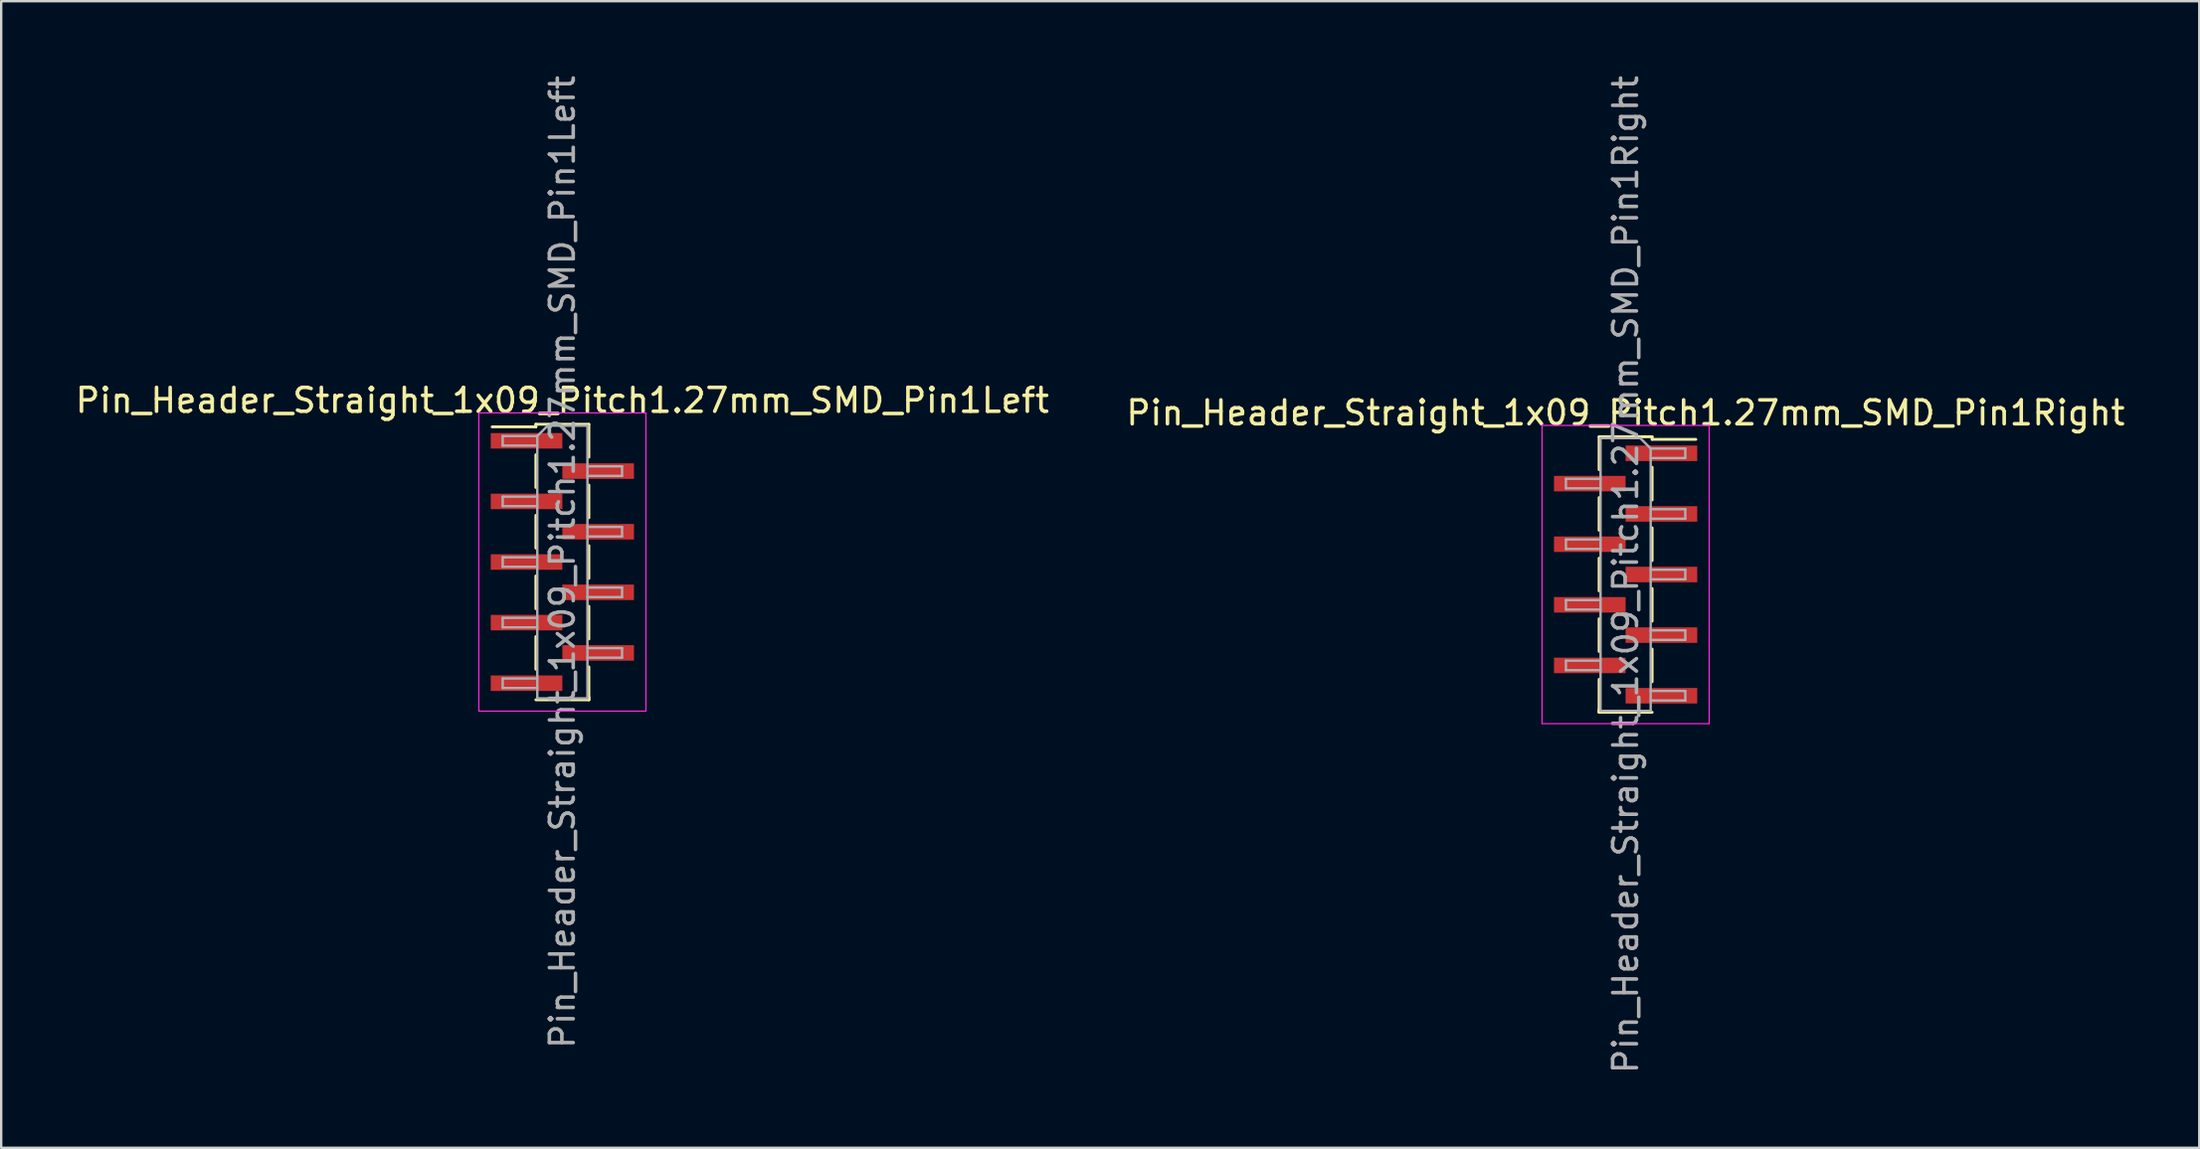
<source format=kicad_pcb>
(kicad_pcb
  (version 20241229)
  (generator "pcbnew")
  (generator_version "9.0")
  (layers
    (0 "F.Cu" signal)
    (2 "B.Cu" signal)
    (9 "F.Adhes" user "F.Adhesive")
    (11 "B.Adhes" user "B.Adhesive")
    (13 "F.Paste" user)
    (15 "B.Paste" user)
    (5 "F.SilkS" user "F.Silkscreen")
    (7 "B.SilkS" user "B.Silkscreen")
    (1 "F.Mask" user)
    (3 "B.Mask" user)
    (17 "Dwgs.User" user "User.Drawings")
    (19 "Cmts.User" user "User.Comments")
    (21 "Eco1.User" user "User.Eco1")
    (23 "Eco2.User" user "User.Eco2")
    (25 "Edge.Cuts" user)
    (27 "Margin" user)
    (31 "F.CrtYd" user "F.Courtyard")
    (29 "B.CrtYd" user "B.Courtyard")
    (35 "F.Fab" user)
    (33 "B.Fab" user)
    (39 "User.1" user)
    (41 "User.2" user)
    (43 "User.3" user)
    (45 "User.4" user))
  (footprint "Pin_Header_Straight_1x09_Pitch1.27mm_SMD_Pin1Right"
    (layer "F.Cu")
    (at 65.042 21.03)
    (property "Reference" "Pin_Header_Straight_1x09_Pitch1.27mm_SMD_Pin1Right" (at 0 -6.775 0) (layer "F.SilkS") (effects (font (size 1 1) (thickness 0.15))))
    (attr smd)
    (fp_line (start -1.11 -5.775) (end 1.11 -5.775) (stroke (width 0.12) (type solid)) (layer "F.SilkS"))
    (fp_line (start -1.11 -5.765) (end -1.11 -4.395) (stroke (width 0.12) (type solid)) (layer "F.SilkS"))
    (fp_line (start -1.11 -3.225) (end -1.11 -1.855) (stroke (width 0.12) (type solid)) (layer "F.SilkS"))
    (fp_line (start -1.11 -0.685) (end -1.11 0.685) (stroke (width 0.12) (type solid)) (layer "F.SilkS"))
    (fp_line (start -1.11 1.855) (end -1.11 3.225) (stroke (width 0.12) (type solid)) (layer "F.SilkS"))
    (fp_line (start -1.11 4.395) (end -1.11 5.765) (stroke (width 0.12) (type solid)) (layer "F.SilkS"))
    (fp_line (start -1.11 5.665) (end -1.11 5.775) (stroke (width 0.12) (type solid)) (layer "F.SilkS"))
    (fp_line (start -1.11 5.775) (end 1.11 5.775) (stroke (width 0.12) (type solid)) (layer "F.SilkS"))
    (fp_line (start 1.11 -5.775) (end 1.11 -5.665) (stroke (width 0.12) (type solid)) (layer "F.SilkS"))
    (fp_line (start 1.11 -5.665) (end 2.94 -5.665) (stroke (width 0.12) (type solid)) (layer "F.SilkS"))
    (fp_line (start 1.11 -4.495) (end 1.11 -3.125) (stroke (width 0.12) (type solid)) (layer "F.SilkS"))
    (fp_line (start 1.11 -1.955) (end 1.11 -0.585) (stroke (width 0.12) (type solid)) (layer "F.SilkS"))
    (fp_line (start 1.11 0.585) (end 1.11 1.955) (stroke (width 0.12) (type solid)) (layer "F.SilkS"))
    (fp_line (start 1.11 3.125) (end 1.11 4.495) (stroke (width 0.12) (type solid)) (layer "F.SilkS"))
    (fp_line (start -3.5 -6.25) (end -3.5 6.25) (stroke (width 0.05) (type solid)) (layer "F.CrtYd"))
    (fp_line (start -3.5 6.25) (end 3.5 6.25) (stroke (width 0.05) (type solid)) (layer "F.CrtYd"))
    (fp_line (start 3.5 -6.25) (end -3.5 -6.25) (stroke (width 0.05) (type solid)) (layer "F.CrtYd"))
    (fp_line (start 3.5 6.25) (end 3.5 -6.25) (stroke (width 0.05) (type solid)) (layer "F.CrtYd"))
    (fp_line (start -2.5 -4.01) (end -2.5 -3.61) (stroke (width 0.1) (type solid)) (layer "F.Fab"))
    (fp_line (start -2.5 -3.61) (end -1.05 -3.61) (stroke (width 0.1) (type solid)) (layer "F.Fab"))
    (fp_line (start -2.5 -1.47) (end -2.5 -1.07) (stroke (width 0.1) (type solid)) (layer "F.Fab"))
    (fp_line (start -2.5 -1.07) (end -1.05 -1.07) (stroke (width 0.1) (type solid)) (layer "F.Fab"))
    (fp_line (start -2.5 1.07) (end -2.5 1.47) (stroke (width 0.1) (type solid)) (layer "F.Fab"))
    (fp_line (start -2.5 1.47) (end -1.05 1.47) (stroke (width 0.1) (type solid)) (layer "F.Fab"))
    (fp_line (start -2.5 3.61) (end -2.5 4.01) (stroke (width 0.1) (type solid)) (layer "F.Fab"))
    (fp_line (start -2.5 4.01) (end -1.05 4.01) (stroke (width 0.1) (type solid)) (layer "F.Fab"))
    (fp_line (start -1.05 -5.715) (end -1.05 5.715) (stroke (width 0.1) (type solid)) (layer "F.Fab"))
    (fp_line (start -1.05 -5.715) (end 0.615 -5.715) (stroke (width 0.1) (type solid)) (layer "F.Fab"))
    (fp_line (start -1.05 -4.01) (end -2.5 -4.01) (stroke (width 0.1) (type solid)) (layer "F.Fab"))
    (fp_line (start -1.05 -1.47) (end -2.5 -1.47) (stroke (width 0.1) (type solid)) (layer "F.Fab"))
    (fp_line (start -1.05 1.07) (end -2.5 1.07) (stroke (width 0.1) (type solid)) (layer "F.Fab"))
    (fp_line (start -1.05 3.61) (end -2.5 3.61) (stroke (width 0.1) (type solid)) (layer "F.Fab"))
    (fp_line (start 1.05 -5.28) (end 0.615 -5.715) (stroke (width 0.1) (type solid)) (layer "F.Fab"))
    (fp_line (start 1.05 -5.28) (end 2.5 -5.28) (stroke (width 0.1) (type solid)) (layer "F.Fab"))
    (fp_line (start 1.05 -2.74) (end 2.5 -2.74) (stroke (width 0.1) (type solid)) (layer "F.Fab"))
    (fp_line (start 1.05 -0.2) (end 2.5 -0.2) (stroke (width 0.1) (type solid)) (layer "F.Fab"))
    (fp_line (start 1.05 2.34) (end 2.5 2.34) (stroke (width 0.1) (type solid)) (layer "F.Fab"))
    (fp_line (start 1.05 4.88) (end 2.5 4.88) (stroke (width 0.1) (type solid)) (layer "F.Fab"))
    (fp_line (start 1.05 5.715) (end -1.05 5.715) (stroke (width 0.1) (type solid)) (layer "F.Fab"))
    (fp_line (start 1.05 5.715) (end 1.05 -5.28) (stroke (width 0.1) (type solid)) (layer "F.Fab"))
    (fp_line (start 2.5 -5.28) (end 2.5 -4.88) (stroke (width 0.1) (type solid)) (layer "F.Fab"))
    (fp_line (start 2.5 -4.88) (end 1.05 -4.88) (stroke (width 0.1) (type solid)) (layer "F.Fab"))
    (fp_line (start 2.5 -2.74) (end 2.5 -2.34) (stroke (width 0.1) (type solid)) (layer "F.Fab"))
    (fp_line (start 2.5 -2.34) (end 1.05 -2.34) (stroke (width 0.1) (type solid)) (layer "F.Fab"))
    (fp_line (start 2.5 -0.2) (end 2.5 0.2) (stroke (width 0.1) (type solid)) (layer "F.Fab"))
    (fp_line (start 2.5 0.2) (end 1.05 0.2) (stroke (width 0.1) (type solid)) (layer "F.Fab"))
    (fp_line (start 2.5 2.34) (end 2.5 2.74) (stroke (width 0.1) (type solid)) (layer "F.Fab"))
    (fp_line (start 2.5 2.74) (end 1.05 2.74) (stroke (width 0.1) (type solid)) (layer "F.Fab"))
    (fp_line (start 2.5 4.88) (end 2.5 5.28) (stroke (width 0.1) (type solid)) (layer "F.Fab"))
    (fp_line (start 2.5 5.28) (end 1.05 5.28) (stroke (width 0.1) (type solid)) (layer "F.Fab"))
    (fp_text user "${REFERENCE}" (at 0 0 90) (layer "F.Fab") (effects (font (size 1 1) (thickness 0.15))))
    (pad "1" smd rect (at 1.5 -5.08) (size 3 0.65) (layers "F.Cu" "F.Mask" "F.Paste"))
    (pad "2" smd rect (at -1.5 -3.81) (size 3 0.65) (layers "F.Cu" "F.Mask" "F.Paste"))
    (pad "3" smd rect (at 1.5 -2.54) (size 3 0.65) (layers "F.Cu" "F.Mask" "F.Paste"))
    (pad "4" smd rect (at -1.5 -1.27) (size 3 0.65) (layers "F.Cu" "F.Mask" "F.Paste"))
    (pad "5" smd rect (at 1.5 0) (size 3 0.65) (layers "F.Cu" "F.Mask" "F.Paste"))
    (pad "6" smd rect (at -1.5 1.27) (size 3 0.65) (layers "F.Cu" "F.Mask" "F.Paste"))
    (pad "7" smd rect (at 1.5 2.54) (size 3 0.65) (layers "F.Cu" "F.Mask" "F.Paste"))
    (pad "8" smd rect (at -1.5 3.81) (size 3 0.65) (layers "F.Cu" "F.Mask" "F.Paste"))
    (pad "9" smd rect (at 1.5 5.08) (size 3 0.65) (layers "F.Cu" "F.Mask" "F.Paste")))
  (footprint "Pin_Header_Straight_1x09_Pitch1.27mm_SMD_Pin1Left"
    (layer "F.Cu")
    (at 20.506 20.506)
    (property "Reference" "Pin_Header_Straight_1x09_Pitch1.27mm_SMD_Pin1Left" (at 0 -6.775 0) (layer "F.SilkS") (effects (font (size 1 1) (thickness 0.15))))
    (attr smd)
    (fp_line (start -1.11 -5.775) (end -1.11 -5.665) (stroke (width 0.12) (type solid)) (layer "F.SilkS"))
    (fp_line (start -1.11 -5.775) (end 1.11 -5.775) (stroke (width 0.12) (type solid)) (layer "F.SilkS"))
    (fp_line (start -1.11 -5.665) (end -2.94 -5.665) (stroke (width 0.12) (type solid)) (layer "F.SilkS"))
    (fp_line (start -1.11 -4.495) (end -1.11 -3.125) (stroke (width 0.12) (type solid)) (layer "F.SilkS"))
    (fp_line (start -1.11 -1.955) (end -1.11 -0.585) (stroke (width 0.12) (type solid)) (layer "F.SilkS"))
    (fp_line (start -1.11 0.585) (end -1.11 1.955) (stroke (width 0.12) (type solid)) (layer "F.SilkS"))
    (fp_line (start -1.11 3.125) (end -1.11 4.495) (stroke (width 0.12) (type solid)) (layer "F.SilkS"))
    (fp_line (start -1.11 5.775) (end 1.11 5.775) (stroke (width 0.12) (type solid)) (layer "F.SilkS"))
    (fp_line (start 1.11 -5.765) (end 1.11 -4.395) (stroke (width 0.12) (type solid)) (layer "F.SilkS"))
    (fp_line (start 1.11 -3.225) (end 1.11 -1.855) (stroke (width 0.12) (type solid)) (layer "F.SilkS"))
    (fp_line (start 1.11 -0.685) (end 1.11 0.685) (stroke (width 0.12) (type solid)) (layer "F.SilkS"))
    (fp_line (start 1.11 1.855) (end 1.11 3.225) (stroke (width 0.12) (type solid)) (layer "F.SilkS"))
    (fp_line (start 1.11 4.395) (end 1.11 5.765) (stroke (width 0.12) (type solid)) (layer "F.SilkS"))
    (fp_line (start 1.11 5.665) (end 1.11 5.775) (stroke (width 0.12) (type solid)) (layer "F.SilkS"))
    (fp_line (start -3.5 -6.25) (end -3.5 6.25) (stroke (width 0.05) (type solid)) (layer "F.CrtYd"))
    (fp_line (start -3.5 6.25) (end 3.5 6.25) (stroke (width 0.05) (type solid)) (layer "F.CrtYd"))
    (fp_line (start 3.5 -6.25) (end -3.5 -6.25) (stroke (width 0.05) (type solid)) (layer "F.CrtYd"))
    (fp_line (start 3.5 6.25) (end 3.5 -6.25) (stroke (width 0.05) (type solid)) (layer "F.CrtYd"))
    (fp_line (start -2.5 -5.28) (end -2.5 -4.88) (stroke (width 0.1) (type solid)) (layer "F.Fab"))
    (fp_line (start -2.5 -4.88) (end -1.05 -4.88) (stroke (width 0.1) (type solid)) (layer "F.Fab"))
    (fp_line (start -2.5 -2.74) (end -2.5 -2.34) (stroke (width 0.1) (type solid)) (layer "F.Fab"))
    (fp_line (start -2.5 -2.34) (end -1.05 -2.34) (stroke (width 0.1) (type solid)) (layer "F.Fab"))
    (fp_line (start -2.5 -0.2) (end -2.5 0.2) (stroke (width 0.1) (type solid)) (layer "F.Fab"))
    (fp_line (start -2.5 0.2) (end -1.05 0.2) (stroke (width 0.1) (type solid)) (layer "F.Fab"))
    (fp_line (start -2.5 2.34) (end -2.5 2.74) (stroke (width 0.1) (type solid)) (layer "F.Fab"))
    (fp_line (start -2.5 2.74) (end -1.05 2.74) (stroke (width 0.1) (type solid)) (layer "F.Fab"))
    (fp_line (start -2.5 4.88) (end -2.5 5.28) (stroke (width 0.1) (type solid)) (layer "F.Fab"))
    (fp_line (start -2.5 5.28) (end -1.05 5.28) (stroke (width 0.1) (type solid)) (layer "F.Fab"))
    (fp_line (start -1.05 -5.28) (end -2.5 -5.28) (stroke (width 0.1) (type solid)) (layer "F.Fab"))
    (fp_line (start -1.05 -5.28) (end -0.615 -5.715) (stroke (width 0.1) (type solid)) (layer "F.Fab"))
    (fp_line (start -1.05 -2.74) (end -2.5 -2.74) (stroke (width 0.1) (type solid)) (layer "F.Fab"))
    (fp_line (start -1.05 -0.2) (end -2.5 -0.2) (stroke (width 0.1) (type solid)) (layer "F.Fab"))
    (fp_line (start -1.05 2.34) (end -2.5 2.34) (stroke (width 0.1) (type solid)) (layer "F.Fab"))
    (fp_line (start -1.05 4.88) (end -2.5 4.88) (stroke (width 0.1) (type solid)) (layer "F.Fab"))
    (fp_line (start -1.05 5.715) (end -1.05 -5.28) (stroke (width 0.1) (type solid)) (layer "F.Fab"))
    (fp_line (start -0.615 -5.715) (end 1.05 -5.715) (stroke (width 0.1) (type solid)) (layer "F.Fab"))
    (fp_line (start 1.05 -5.715) (end 1.05 5.715) (stroke (width 0.1) (type solid)) (layer "F.Fab"))
    (fp_line (start 1.05 -4.01) (end 2.5 -4.01) (stroke (width 0.1) (type solid)) (layer "F.Fab"))
    (fp_line (start 1.05 -1.47) (end 2.5 -1.47) (stroke (width 0.1) (type solid)) (layer "F.Fab"))
    (fp_line (start 1.05 1.07) (end 2.5 1.07) (stroke (width 0.1) (type solid)) (layer "F.Fab"))
    (fp_line (start 1.05 3.61) (end 2.5 3.61) (stroke (width 0.1) (type solid)) (layer "F.Fab"))
    (fp_line (start 1.05 5.715) (end -1.05 5.715) (stroke (width 0.1) (type solid)) (layer "F.Fab"))
    (fp_line (start 2.5 -4.01) (end 2.5 -3.61) (stroke (width 0.1) (type solid)) (layer "F.Fab"))
    (fp_line (start 2.5 -3.61) (end 1.05 -3.61) (stroke (width 0.1) (type solid)) (layer "F.Fab"))
    (fp_line (start 2.5 -1.47) (end 2.5 -1.07) (stroke (width 0.1) (type solid)) (layer "F.Fab"))
    (fp_line (start 2.5 -1.07) (end 1.05 -1.07) (stroke (width 0.1) (type solid)) (layer "F.Fab"))
    (fp_line (start 2.5 1.07) (end 2.5 1.47) (stroke (width 0.1) (type solid)) (layer "F.Fab"))
    (fp_line (start 2.5 1.47) (end 1.05 1.47) (stroke (width 0.1) (type solid)) (layer "F.Fab"))
    (fp_line (start 2.5 3.61) (end 2.5 4.01) (stroke (width 0.1) (type solid)) (layer "F.Fab"))
    (fp_line (start 2.5 4.01) (end 1.05 4.01) (stroke (width 0.1) (type solid)) (layer "F.Fab"))
    (fp_text user "${REFERENCE}" (at 0 0 90) (layer "F.Fab") (effects (font (size 1 1) (thickness 0.15))))
    (pad "1" smd rect (at -1.5 -5.08) (size 3 0.65) (layers "F.Cu" "F.Mask" "F.Paste"))
    (pad "2" smd rect (at 1.5 -3.81) (size 3 0.65) (layers "F.Cu" "F.Mask" "F.Paste"))
    (pad "3" smd rect (at -1.5 -2.54) (size 3 0.65) (layers "F.Cu" "F.Mask" "F.Paste"))
    (pad "4" smd rect (at 1.5 -1.27) (size 3 0.65) (layers "F.Cu" "F.Mask" "F.Paste"))
    (pad "5" smd rect (at -1.5 0) (size 3 0.65) (layers "F.Cu" "F.Mask" "F.Paste"))
    (pad "6" smd rect (at 1.5 1.27) (size 3 0.65) (layers "F.Cu" "F.Mask" "F.Paste"))
    (pad "7" smd rect (at -1.5 2.54) (size 3 0.65) (layers "F.Cu" "F.Mask" "F.Paste"))
    (pad "8" smd rect (at 1.5 3.81) (size 3 0.65) (layers "F.Cu" "F.Mask" "F.Paste"))
    (pad "9" smd rect (at -1.5 5.08) (size 3 0.65) (layers "F.Cu" "F.Mask" "F.Paste")))
  (gr_rect
    (start -3 -3)
    (end 89.071 45.06)
    (stroke (width 0.1) (type default))
    (fill no)
    (layer "Edge.Cuts")))
</source>
